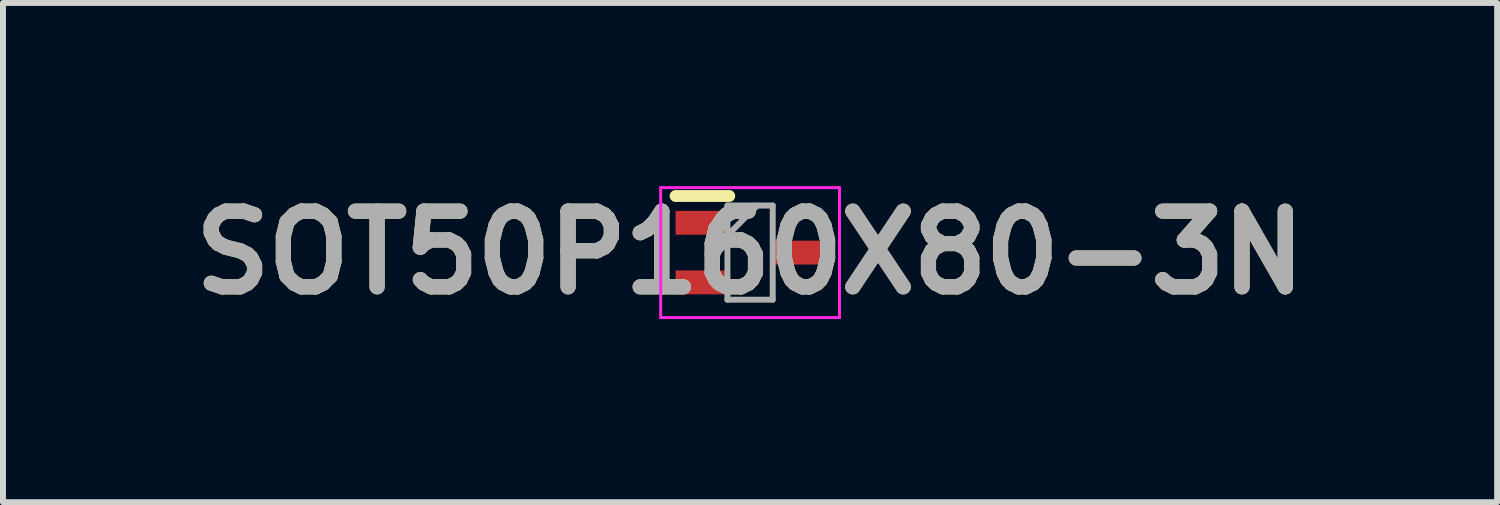
<source format=kicad_pcb>
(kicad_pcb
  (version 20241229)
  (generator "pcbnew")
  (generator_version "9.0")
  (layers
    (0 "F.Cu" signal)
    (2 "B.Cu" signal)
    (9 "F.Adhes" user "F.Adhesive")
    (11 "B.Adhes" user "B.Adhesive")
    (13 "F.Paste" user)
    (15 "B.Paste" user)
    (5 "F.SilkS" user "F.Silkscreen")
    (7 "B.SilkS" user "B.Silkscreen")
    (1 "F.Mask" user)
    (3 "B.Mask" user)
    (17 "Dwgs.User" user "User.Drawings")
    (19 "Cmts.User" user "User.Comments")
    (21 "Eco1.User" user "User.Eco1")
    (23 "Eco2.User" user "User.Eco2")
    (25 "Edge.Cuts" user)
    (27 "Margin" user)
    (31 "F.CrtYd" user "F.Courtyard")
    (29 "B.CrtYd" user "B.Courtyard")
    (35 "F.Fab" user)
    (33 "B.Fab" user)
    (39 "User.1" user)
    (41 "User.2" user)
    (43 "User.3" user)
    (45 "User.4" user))
  (footprint "SOT50P160X80-3N"
    (layer "F.Cu")
    (at 9.537 1.189)
    (property "Reference" "SOT50P160X80-3N" (at 0 0 0) (layer "F.SilkS") (effects (font (size 1.27 1.27) (thickness 0.254))))
    (attr smd)
    (fp_line (start -1.25 -0.95) (end -0.35 -0.95) (stroke (width 0.2) (type solid)) (layer "F.SilkS"))
    (fp_line (start -1.5 -1.09) (end 1.5 -1.09) (stroke (width 0.05) (type solid)) (layer "F.CrtYd"))
    (fp_line (start -1.5 1.09) (end -1.5 -1.09) (stroke (width 0.05) (type solid)) (layer "F.CrtYd"))
    (fp_line (start 1.5 -1.09) (end 1.5 1.09) (stroke (width 0.05) (type solid)) (layer "F.CrtYd"))
    (fp_line (start 1.5 1.09) (end -1.5 1.09) (stroke (width 0.05) (type solid)) (layer "F.CrtYd"))
    (fp_line (start -0.38 -0.79) (end 0.38 -0.79) (stroke (width 0.1) (type solid)) (layer "F.Fab"))
    (fp_line (start -0.38 -0.29) (end 0.12 -0.79) (stroke (width 0.1) (type solid)) (layer "F.Fab"))
    (fp_line (start -0.38 0.79) (end -0.38 -0.79) (stroke (width 0.1) (type solid)) (layer "F.Fab"))
    (fp_line (start 0.38 -0.79) (end 0.38 0.79) (stroke (width 0.1) (type solid)) (layer "F.Fab"))
    (fp_line (start 0.38 0.79) (end -0.38 0.79) (stroke (width 0.1) (type solid)) (layer "F.Fab"))
    (fp_text user "${REFERENCE}" (at 0 0 0) (layer "F.Fab") (effects (font (size 1.27 1.27) (thickness 0.254))))
    (pad "1" smd rect (at -0.8 -0.5 90) (size 0.4 0.9) (layers "F.Cu" "F.Mask" "F.Paste"))
    (pad "2" smd rect (at -0.8 0.5 90) (size 0.4 0.9) (layers "F.Cu" "F.Mask" "F.Paste"))
    (pad "3" smd rect (at 0.8 0 90) (size 0.4 0.9) (layers "F.Cu" "F.Mask" "F.Paste")))
  (gr_rect
    (start -3 -3)
    (end 22.074 5.377)
    (stroke (width 0.1) (type default))
    (fill no)
    (layer "Edge.Cuts")))
</source>
